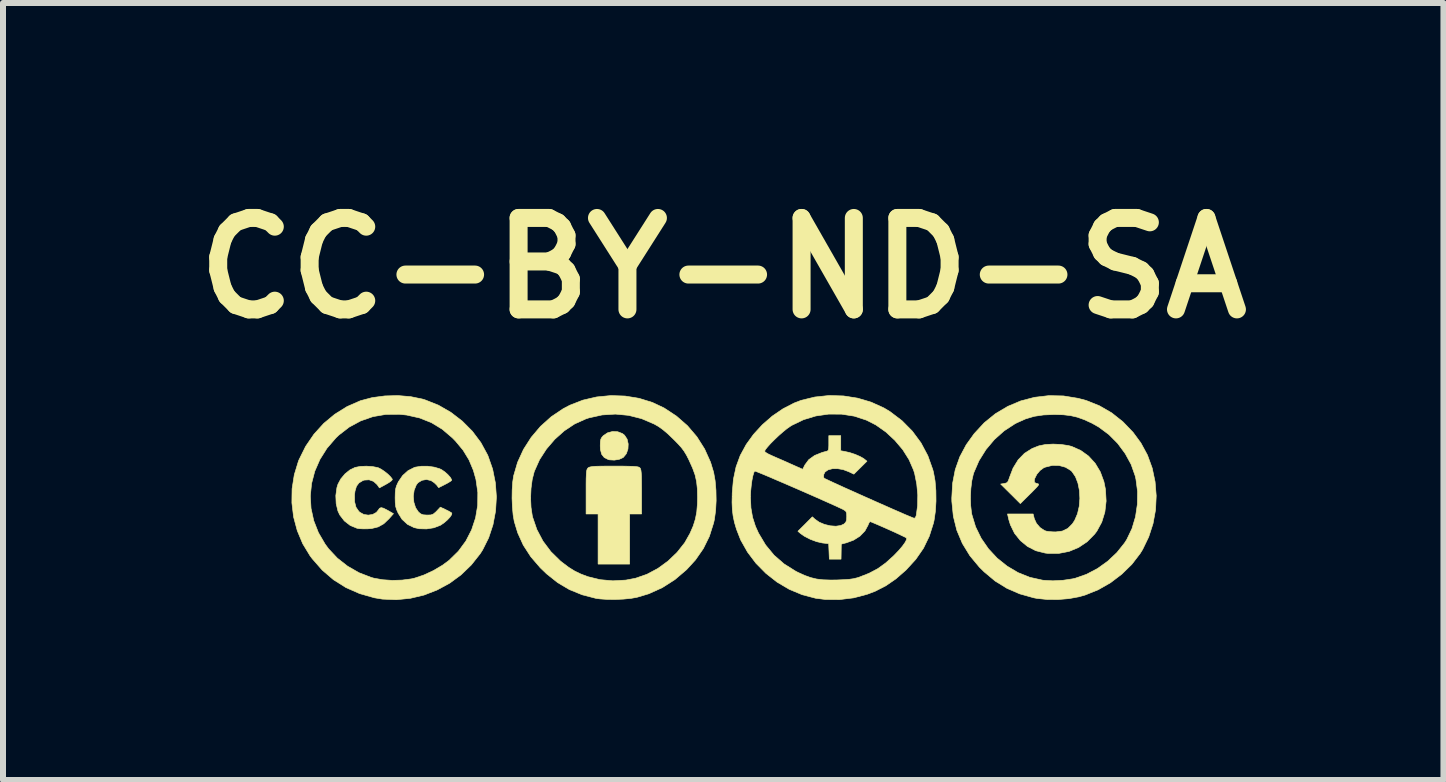
<source format=kicad_pcb>
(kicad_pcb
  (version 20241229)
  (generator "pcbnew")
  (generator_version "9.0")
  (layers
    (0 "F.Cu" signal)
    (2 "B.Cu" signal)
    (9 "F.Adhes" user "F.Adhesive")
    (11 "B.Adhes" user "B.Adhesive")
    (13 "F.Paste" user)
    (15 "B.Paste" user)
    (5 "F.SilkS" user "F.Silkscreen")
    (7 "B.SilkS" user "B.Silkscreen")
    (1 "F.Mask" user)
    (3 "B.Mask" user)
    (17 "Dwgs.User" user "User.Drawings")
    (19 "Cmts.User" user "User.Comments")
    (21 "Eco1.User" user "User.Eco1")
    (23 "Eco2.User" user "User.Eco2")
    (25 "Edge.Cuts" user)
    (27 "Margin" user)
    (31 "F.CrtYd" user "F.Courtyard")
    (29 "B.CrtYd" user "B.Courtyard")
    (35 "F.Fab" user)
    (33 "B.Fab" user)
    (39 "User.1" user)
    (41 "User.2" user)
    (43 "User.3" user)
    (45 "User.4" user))
  (footprint "CC-BY-ND-SA"
    (layer "F.Cu")
    (at 9.006 5.228)
    (property "Reference" "CC-BY-ND-SA" (at 0 -3.81 0) (layer "F.SilkS") (effects (font (size 1.524 1.524) (thickness 0.3))))
    (attr through_hole)
    (fp_poly (pts (xy -1.759 -1.081) (xy -1.681 -1.051) (xy -1.645 -1.023) (xy -1.602 -0.957) (xy -1.584 -0.877) (xy -1.588 -0.793) (xy -1.615 -0.715) (xy -1.664 -0.655) (xy -1.669 -0.651) (xy -1.734 -0.621) (xy -1.816 -0.608) (xy -1.898 -0.613) (xy -1.917 -0.618) (xy -1.983 -0.651) (xy -2.026 -0.705) (xy -2.047 -0.783) (xy -2.05 -0.847) (xy -2.048 -0.914) (xy -2.04 -0.958) (xy -2.022 -0.99) (xy -1.998 -1.016) (xy -1.928 -1.063) (xy -1.845 -1.085) (xy -1.759 -1.081)) (stroke (width 0.01) (type solid)) (fill yes) (layer "F.SilkS"))
    (fp_poly (pts (xy -1.685 -0.508) (xy -1.583 -0.506) (xy -1.507 -0.504) (xy -1.455 -0.5) (xy -1.42 -0.495) (xy -1.399 -0.487) (xy -1.389 -0.479) (xy -1.379 -0.465) (xy -1.372 -0.44) (xy -1.367 -0.399) (xy -1.363 -0.339) (xy -1.362 -0.255) (xy -1.361 -0.14) (xy -1.361 -0.08) (xy -1.361 0.29) (xy -1.56 0.29) (xy -1.56 1.125) (xy -2.086 1.125) (xy -2.086 0.29) (xy -2.286 0.29) (xy -2.286 -0.079) (xy -2.286 -0.205) (xy -2.285 -0.299) (xy -2.282 -0.368) (xy -2.279 -0.415) (xy -2.273 -0.445) (xy -2.264 -0.465) (xy -2.253 -0.478) (xy -2.253 -0.478) (xy -2.238 -0.488) (xy -2.214 -0.495) (xy -2.178 -0.501) (xy -2.124 -0.505) (xy -2.047 -0.507) (xy -1.943 -0.508) (xy -1.819 -0.508) (xy -1.685 -0.508)) (stroke (width 0.01) (type solid)) (fill yes) (layer "F.SilkS"))
    (fp_poly (pts (xy -5.844 -0.5) (xy -5.757 -0.483) (xy -5.749 -0.48) (xy -5.701 -0.456) (xy -5.645 -0.418) (xy -5.59 -0.374) (xy -5.546 -0.33) (xy -5.519 -0.295) (xy -5.516 -0.282) (xy -5.531 -0.264) (xy -5.569 -0.236) (xy -5.623 -0.204) (xy -5.731 -0.145) (xy -5.769 -0.199) (xy -5.829 -0.254) (xy -5.904 -0.28) (xy -5.985 -0.275) (xy -6.009 -0.266) (xy -6.072 -0.228) (xy -6.114 -0.172) (xy -6.138 -0.092) (xy -6.146 -0.03) (xy -6.145 0.086) (xy -6.122 0.177) (xy -6.074 0.247) (xy -6.057 0.262) (xy -5.992 0.298) (xy -5.917 0.309) (xy -5.844 0.298) (xy -5.782 0.264) (xy -5.75 0.225) (xy -5.729 0.195) (xy -5.702 0.184) (xy -5.662 0.194) (xy -5.602 0.225) (xy -5.587 0.233) (xy -5.497 0.285) (xy -5.572 0.37) (xy -5.659 0.453) (xy -5.751 0.505) (xy -5.86 0.532) (xy -5.924 0.537) (xy -5.997 0.538) (xy -6.063 0.535) (xy -6.105 0.528) (xy -6.218 0.481) (xy -6.316 0.405) (xy -6.392 0.306) (xy -6.423 0.24) (xy -6.452 0.118) (xy -6.458 -0.016) (xy -6.44 -0.148) (xy -6.422 -0.207) (xy -6.374 -0.296) (xy -6.304 -0.379) (xy -6.222 -0.445) (xy -6.137 -0.486) (xy -6.137 -0.486) (xy -6.05 -0.503) (xy -5.947 -0.507) (xy -5.844 -0.5)) (stroke (width 0.01) (type solid)) (fill yes) (layer "F.SilkS"))
    (fp_poly (pts (xy -4.925 -0.506) (xy -4.819 -0.491) (xy -4.727 -0.464) (xy -4.694 -0.448) (xy -4.639 -0.41) (xy -4.589 -0.365) (xy -4.55 -0.321) (xy -4.529 -0.285) (xy -4.529 -0.268) (xy -4.549 -0.253) (xy -4.592 -0.227) (xy -4.641 -0.201) (xy -4.744 -0.149) (xy -4.778 -0.194) (xy -4.818 -0.232) (xy -4.869 -0.266) (xy -4.872 -0.267) (xy -4.947 -0.285) (xy -5.023 -0.271) (xy -5.088 -0.231) (xy -5.116 -0.195) (xy -5.152 -0.107) (xy -5.166 -0.007) (xy -5.157 0.094) (xy -5.128 0.186) (xy -5.08 0.257) (xy -5.041 0.289) (xy -5 0.304) (xy -4.94 0.308) (xy -4.934 0.308) (xy -4.874 0.306) (xy -4.834 0.292) (xy -4.796 0.261) (xy -4.777 0.242) (xy -4.715 0.176) (xy -4.624 0.219) (xy -4.572 0.245) (xy -4.535 0.267) (xy -4.524 0.276) (xy -4.528 0.302) (xy -4.554 0.341) (xy -4.597 0.388) (xy -4.65 0.434) (xy -4.706 0.473) (xy -4.719 0.48) (xy -4.824 0.52) (xy -4.945 0.539) (xy -5.067 0.536) (xy -5.153 0.517) (xy -5.263 0.463) (xy -5.354 0.379) (xy -5.418 0.277) (xy -5.444 0.219) (xy -5.46 0.166) (xy -5.467 0.105) (xy -5.469 0.022) (xy -5.469 0.017) (xy -5.467 -0.066) (xy -5.461 -0.126) (xy -5.447 -0.177) (xy -5.422 -0.232) (xy -5.415 -0.247) (xy -5.344 -0.351) (xy -5.254 -0.432) (xy -5.15 -0.485) (xy -5.129 -0.491) (xy -5.033 -0.506) (xy -4.925 -0.506)) (stroke (width 0.01) (type solid)) (fill yes) (layer "F.SilkS"))
    (fp_poly (pts (xy 5.632 -0.869) (xy 5.756 -0.85) (xy 5.809 -0.836) (xy 5.958 -0.77) (xy 6.089 -0.676) (xy 6.2 -0.555) (xy 6.286 -0.412) (xy 6.346 -0.249) (xy 6.372 -0.12) (xy 6.383 0.075) (xy 6.362 0.258) (xy 6.31 0.426) (xy 6.228 0.577) (xy 6.191 0.626) (xy 6.067 0.752) (xy 5.924 0.848) (xy 5.765 0.914) (xy 5.594 0.947) (xy 5.413 0.947) (xy 5.364 0.941) (xy 5.21 0.902) (xy 5.072 0.831) (xy 4.953 0.733) (xy 4.856 0.612) (xy 4.787 0.47) (xy 4.761 0.386) (xy 4.739 0.29) (xy 5.166 0.29) (xy 5.186 0.37) (xy 5.221 0.446) (xy 5.28 0.515) (xy 5.352 0.564) (xy 5.384 0.576) (xy 5.43 0.583) (xy 5.495 0.588) (xy 5.544 0.589) (xy 5.653 0.575) (xy 5.744 0.531) (xy 5.82 0.455) (xy 5.859 0.396) (xy 5.906 0.286) (xy 5.935 0.161) (xy 5.945 0.03) (xy 5.938 -0.101) (xy 5.913 -0.224) (xy 5.872 -0.331) (xy 5.815 -0.415) (xy 5.796 -0.434) (xy 5.706 -0.489) (xy 5.6 -0.518) (xy 5.486 -0.52) (xy 5.373 -0.492) (xy 5.341 -0.479) (xy 5.281 -0.435) (xy 5.228 -0.372) (xy 5.193 -0.302) (xy 5.186 -0.273) (xy 5.188 -0.238) (xy 5.214 -0.222) (xy 5.23 -0.218) (xy 5.25 -0.213) (xy 5.258 -0.205) (xy 5.253 -0.189) (xy 5.23 -0.161) (xy 5.187 -0.116) (xy 5.122 -0.05) (xy 5.117 -0.046) (xy 4.953 0.117) (xy 4.789 -0.046) (xy 4.625 -0.209) (xy 4.685 -0.218) (xy 4.723 -0.228) (xy 4.746 -0.25) (xy 4.765 -0.296) (xy 4.768 -0.308) (xy 4.832 -0.475) (xy 4.917 -0.613) (xy 5.023 -0.722) (xy 5.152 -0.803) (xy 5.263 -0.846) (xy 5.371 -0.868) (xy 5.499 -0.875) (xy 5.632 -0.869)) (stroke (width 0.01) (type solid)) (fill yes) (layer "F.SilkS"))
    (fp_poly (pts (xy -5.21 -1.666) (xy -5.011 -1.625) (xy -4.972 -1.613) (xy -4.748 -1.524) (xy -4.54 -1.404) (xy -4.35 -1.258) (xy -4.182 -1.089) (xy -4.04 -0.9) (xy -3.928 -0.694) (xy -3.921 -0.678) (xy -3.844 -0.458) (xy -3.798 -0.228) (xy -3.781 0.006) (xy -3.795 0.241) (xy -3.838 0.469) (xy -3.91 0.687) (xy -4.011 0.889) (xy -4.052 0.953) (xy -4.2 1.14) (xy -4.371 1.305) (xy -4.562 1.445) (xy -4.77 1.557) (xy -4.989 1.642) (xy -5.217 1.696) (xy -5.449 1.719) (xy -5.682 1.709) (xy -5.815 1.687) (xy -6.061 1.617) (xy -6.289 1.517) (xy -6.497 1.386) (xy -6.685 1.225) (xy -6.852 1.034) (xy -6.888 0.986) (xy -7.01 0.785) (xy -7.101 0.567) (xy -7.162 0.339) (xy -7.19 0.105) (xy -7.189 -0.011) (xy -6.883 -0.011) (xy -6.871 0.197) (xy -6.826 0.402) (xy -6.748 0.601) (xy -6.637 0.791) (xy -6.58 0.869) (xy -6.433 1.026) (xy -6.262 1.16) (xy -6.072 1.269) (xy -5.87 1.347) (xy -5.824 1.36) (xy -5.679 1.386) (xy -5.517 1.397) (xy -5.352 1.392) (xy -5.199 1.372) (xy -5.143 1.359) (xy -4.989 1.307) (xy -4.83 1.233) (xy -4.678 1.143) (xy -4.569 1.062) (xy -4.415 0.911) (xy -4.29 0.741) (xy -4.194 0.554) (xy -4.128 0.354) (xy -4.093 0.145) (xy -4.091 -0.07) (xy -4.122 -0.286) (xy -4.165 -0.438) (xy -4.238 -0.612) (xy -4.336 -0.773) (xy -4.464 -0.927) (xy -4.516 -0.98) (xy -4.684 -1.123) (xy -4.865 -1.233) (xy -5.062 -1.311) (xy -5.275 -1.359) (xy -5.4 -1.372) (xy -5.624 -1.37) (xy -5.839 -1.333) (xy -6.043 -1.262) (xy -6.234 -1.159) (xy -6.409 -1.024) (xy -6.457 -0.978) (xy -6.606 -0.805) (xy -6.723 -0.619) (xy -6.809 -0.422) (xy -6.862 -0.219) (xy -6.883 -0.011) (xy -7.189 -0.011) (xy -7.187 -0.131) (xy -7.15 -0.365) (xy -7.081 -0.591) (xy -7.07 -0.617) (xy -6.961 -0.837) (xy -6.823 -1.039) (xy -6.66 -1.219) (xy -6.475 -1.373) (xy -6.271 -1.5) (xy -6.052 -1.596) (xy -6.044 -1.599) (xy -5.851 -1.65) (xy -5.64 -1.678) (xy -5.423 -1.684) (xy -5.21 -1.666)) (stroke (width 0.01) (type solid)) (fill yes) (layer "F.SilkS"))
    (fp_poly (pts (xy 5.671 -1.678) (xy 5.916 -1.638) (xy 6.051 -1.602) (xy 6.269 -1.515) (xy 6.475 -1.396) (xy 6.663 -1.247) (xy 6.832 -1.071) (xy 6.963 -0.893) (xy 7.072 -0.692) (xy 7.151 -0.475) (xy 7.199 -0.248) (xy 7.218 -0.014) (xy 7.207 0.22) (xy 7.165 0.45) (xy 7.093 0.672) (xy 6.992 0.881) (xy 6.95 0.949) (xy 6.811 1.13) (xy 6.644 1.293) (xy 6.456 1.436) (xy 6.251 1.553) (xy 6.036 1.64) (xy 5.931 1.67) (xy 5.763 1.701) (xy 5.582 1.716) (xy 5.4 1.715) (xy 5.232 1.698) (xy 5.175 1.687) (xy 4.941 1.621) (xy 4.729 1.529) (xy 4.533 1.408) (xy 4.349 1.254) (xy 4.27 1.176) (xy 4.112 0.986) (xy 3.986 0.78) (xy 3.894 0.561) (xy 3.836 0.328) (xy 3.811 0.081) (xy 3.81 0.022) (xy 3.811 0.008) (xy 4.121 0.008) (xy 4.125 0.147) (xy 4.139 0.271) (xy 4.145 0.301) (xy 4.207 0.505) (xy 4.3 0.695) (xy 4.421 0.87) (xy 4.566 1.026) (xy 4.732 1.159) (xy 4.914 1.267) (xy 5.111 1.346) (xy 5.317 1.392) (xy 5.337 1.395) (xy 5.495 1.404) (xy 5.665 1.395) (xy 5.826 1.371) (xy 5.869 1.361) (xy 6.057 1.295) (xy 6.24 1.199) (xy 6.41 1.077) (xy 6.562 0.934) (xy 6.689 0.775) (xy 6.728 0.714) (xy 6.814 0.534) (xy 6.873 0.336) (xy 6.904 0.127) (xy 6.907 -0.084) (xy 6.88 -0.29) (xy 6.867 -0.346) (xy 6.8 -0.536) (xy 6.701 -0.717) (xy 6.576 -0.886) (xy 6.428 -1.035) (xy 6.262 -1.158) (xy 6.148 -1.223) (xy 6.017 -1.283) (xy 5.902 -1.324) (xy 5.79 -1.35) (xy 5.669 -1.364) (xy 5.524 -1.368) (xy 5.515 -1.368) (xy 5.339 -1.361) (xy 5.184 -1.338) (xy 5.04 -1.295) (xy 4.895 -1.23) (xy 4.862 -1.213) (xy 4.683 -1.096) (xy 4.52 -0.951) (xy 4.379 -0.783) (xy 4.263 -0.597) (xy 4.177 -0.398) (xy 4.169 -0.373) (xy 4.144 -0.265) (xy 4.128 -0.133) (xy 4.121 0.008) (xy 3.811 0.008) (xy 3.824 -0.222) (xy 3.868 -0.449) (xy 3.943 -0.661) (xy 4.051 -0.864) (xy 4.183 -1.048) (xy 4.35 -1.229) (xy 4.537 -1.381) (xy 4.742 -1.503) (xy 4.96 -1.595) (xy 5.19 -1.655) (xy 5.428 -1.683) (xy 5.671 -1.678)) (stroke (width 0.01) (type solid)) (fill yes) (layer "F.SilkS"))
    (fp_poly (pts (xy -1.636 -1.676) (xy -1.403 -1.638) (xy -1.18 -1.569) (xy -0.987 -1.478) (xy -0.78 -1.342) (xy -0.596 -1.181) (xy -0.439 -0.997) (xy -0.31 -0.793) (xy -0.211 -0.573) (xy -0.16 -0.405) (xy -0.135 -0.264) (xy -0.121 -0.102) (xy -0.118 0.068) (xy -0.127 0.235) (xy -0.148 0.385) (xy -0.16 0.439) (xy -0.231 0.663) (xy -0.331 0.866) (xy -0.462 1.055) (xy -0.611 1.218) (xy -0.806 1.384) (xy -1.016 1.518) (xy -1.241 1.62) (xy -1.438 1.679) (xy -1.539 1.697) (xy -1.663 1.709) (xy -1.798 1.715) (xy -1.931 1.714) (xy -2.051 1.706) (xy -2.12 1.697) (xy -2.351 1.637) (xy -2.563 1.551) (xy -2.759 1.435) (xy -2.945 1.287) (xy -3.05 1.186) (xy -3.208 1.002) (xy -3.333 0.809) (xy -3.426 0.604) (xy -3.483 0.416) (xy -3.502 0.307) (xy -3.514 0.174) (xy -3.52 0.03) (xy -3.52 0.023) (xy -3.211 0.023) (xy -3.204 0.179) (xy -3.183 0.319) (xy -3.177 0.344) (xy -3.107 0.549) (xy -3.005 0.742) (xy -2.873 0.918) (xy -2.716 1.072) (xy -2.689 1.094) (xy -2.578 1.178) (xy -2.477 1.241) (xy -2.373 1.291) (xy -2.257 1.335) (xy -2.053 1.385) (xy -1.839 1.404) (xy -1.623 1.392) (xy -1.461 1.361) (xy -1.271 1.295) (xy -1.089 1.198) (xy -0.919 1.074) (xy -0.768 0.929) (xy -0.641 0.768) (xy -0.554 0.614) (xy -0.5 0.49) (xy -0.464 0.375) (xy -0.441 0.256) (xy -0.43 0.122) (xy -0.428 0.018) (xy -0.431 -0.127) (xy -0.444 -0.249) (xy -0.469 -0.361) (xy -0.51 -0.474) (xy -0.568 -0.603) (xy -0.574 -0.616) (xy -0.614 -0.694) (xy -0.653 -0.758) (xy -0.698 -0.818) (xy -0.757 -0.883) (xy -0.833 -0.96) (xy -0.927 -1.05) (xy -1.008 -1.118) (xy -1.085 -1.172) (xy -1.152 -1.21) (xy -1.36 -1.299) (xy -1.577 -1.354) (xy -1.797 -1.375) (xy -2.019 -1.361) (xy -2.236 -1.313) (xy -2.293 -1.294) (xy -2.477 -1.211) (xy -2.65 -1.096) (xy -2.808 -0.955) (xy -2.947 -0.793) (xy -3.062 -0.615) (xy -3.147 -0.425) (xy -3.151 -0.414) (xy -3.184 -0.286) (xy -3.204 -0.136) (xy -3.211 0.023) (xy -3.52 0.023) (xy -3.518 -0.114) (xy -3.509 -0.245) (xy -3.494 -0.345) (xy -3.428 -0.571) (xy -3.329 -0.787) (xy -3.201 -0.987) (xy -3.046 -1.17) (xy -2.868 -1.33) (xy -2.669 -1.464) (xy -2.557 -1.523) (xy -2.339 -1.608) (xy -2.11 -1.661) (xy -1.874 -1.684) (xy -1.636 -1.676)) (stroke (width 0.01) (type solid)) (fill yes) (layer "F.SilkS"))
    (fp_poly (pts (xy 2.004 -1.678) (xy 2.24 -1.641) (xy 2.466 -1.574) (xy 2.678 -1.478) (xy 2.781 -1.416) (xy 2.98 -1.265) (xy 3.152 -1.091) (xy 3.297 -0.895) (xy 3.411 -0.681) (xy 3.493 -0.451) (xy 3.505 -0.406) (xy 3.531 -0.263) (xy 3.545 -0.098) (xy 3.547 0.075) (xy 3.537 0.243) (xy 3.515 0.395) (xy 3.505 0.441) (xy 3.435 0.661) (xy 3.338 0.861) (xy 3.21 1.046) (xy 3.05 1.221) (xy 3.045 1.226) (xy 2.879 1.371) (xy 2.712 1.486) (xy 2.535 1.577) (xy 2.404 1.627) (xy 2.175 1.688) (xy 1.938 1.717) (xy 1.702 1.715) (xy 1.542 1.695) (xy 1.317 1.636) (xy 1.101 1.546) (xy 0.898 1.426) (xy 0.712 1.28) (xy 0.546 1.112) (xy 0.405 0.925) (xy 0.291 0.723) (xy 0.221 0.544) (xy 0.187 0.429) (xy 0.165 0.323) (xy 0.152 0.216) (xy 0.147 0.095) (xy 0.149 0.013) (xy 0.454 0.013) (xy 0.462 0.189) (xy 0.489 0.345) (xy 0.537 0.495) (xy 0.588 0.608) (xy 0.706 0.806) (xy 0.848 0.978) (xy 1.015 1.123) (xy 1.208 1.244) (xy 1.245 1.263) (xy 1.357 1.314) (xy 1.457 1.35) (xy 1.555 1.374) (xy 1.662 1.387) (xy 1.788 1.391) (xy 1.896 1.39) (xy 2.012 1.385) (xy 2.1 1.379) (xy 2.171 1.369) (xy 2.232 1.354) (xy 2.267 1.343) (xy 2.432 1.278) (xy 2.576 1.202) (xy 2.709 1.106) (xy 2.843 0.985) (xy 2.846 0.982) (xy 2.924 0.901) (xy 2.987 0.827) (xy 3.032 0.764) (xy 3.056 0.717) (xy 3.056 0.69) (xy 3.055 0.69) (xy 3.035 0.678) (xy 2.987 0.655) (xy 2.92 0.623) (xy 2.84 0.586) (xy 2.753 0.547) (xy 2.665 0.508) (xy 2.585 0.473) (xy 2.517 0.444) (xy 2.469 0.424) (xy 2.447 0.417) (xy 2.433 0.433) (xy 2.416 0.47) (xy 2.415 0.475) (xy 2.362 0.573) (xy 2.279 0.659) (xy 2.173 0.726) (xy 2.054 0.77) (xy 1.968 0.792) (xy 1.966 0.917) (xy 1.964 1.043) (xy 1.769 1.043) (xy 1.758 0.785) (xy 1.652 0.773) (xy 1.557 0.751) (xy 1.452 0.712) (xy 1.353 0.661) (xy 1.289 0.616) (xy 1.245 0.578) (xy 1.366 0.458) (xy 1.486 0.337) (xy 1.528 0.376) (xy 1.6 0.427) (xy 1.688 0.464) (xy 1.784 0.487) (xy 1.878 0.494) (xy 1.959 0.482) (xy 2.012 0.458) (xy 2.042 0.429) (xy 2.056 0.393) (xy 2.059 0.335) (xy 2.059 0.334) (xy 2.057 0.279) (xy 2.046 0.248) (xy 2.019 0.226) (xy 1.996 0.213) (xy 1.945 0.189) (xy 1.87 0.154) (xy 1.774 0.111) (xy 1.662 0.061) (xy 1.538 0.006) (xy 1.406 -0.052) (xy 1.269 -0.112) (xy 1.133 -0.171) (xy 1.001 -0.228) (xy 0.877 -0.281) (xy 0.766 -0.329) (xy 0.671 -0.369) (xy 0.597 -0.399) (xy 0.547 -0.419) (xy 0.525 -0.426) (xy 0.525 -0.426) (xy 0.51 -0.4) (xy 0.494 -0.345) (xy 0.479 -0.271) (xy 0.467 -0.183) (xy 0.458 -0.092) (xy 0.454 -0.003) (xy 0.454 0.013) (xy 0.149 0.013) (xy 0.15 -0.049) (xy 0.15 -0.059) (xy 0.17 -0.288) (xy 0.214 -0.495) (xy 0.284 -0.686) (xy 0.322 -0.755) (xy 0.69 -0.755) (xy 0.705 -0.738) (xy 0.746 -0.713) (xy 0.803 -0.686) (xy 0.803 -0.686) (xy 0.866 -0.658) (xy 0.951 -0.621) (xy 1.045 -0.58) (xy 1.12 -0.546) (xy 1.325 -0.455) (xy 1.361 -0.527) (xy 1.426 -0.615) (xy 1.523 -0.685) (xy 1.65 -0.736) (xy 1.71 -0.752) (xy 1.736 -0.759) (xy 1.751 -0.773) (xy 1.758 -0.802) (xy 1.76 -0.855) (xy 1.76 -0.889) (xy 1.76 -1.016) (xy 1.959 -1.016) (xy 1.959 -0.764) (xy 2.027 -0.752) (xy 2.11 -0.733) (xy 2.198 -0.704) (xy 2.279 -0.669) (xy 2.34 -0.635) (xy 2.346 -0.63) (xy 2.396 -0.59) (xy 2.178 -0.374) (xy 2.092 -0.415) (xy 1.999 -0.45) (xy 1.906 -0.466) (xy 1.821 -0.465) (xy 1.749 -0.446) (xy 1.698 -0.411) (xy 1.677 -0.372) (xy 1.673 -0.331) (xy 1.68 -0.308) (xy 1.7 -0.297) (xy 1.749 -0.274) (xy 1.823 -0.239) (xy 1.918 -0.196) (xy 2.029 -0.145) (xy 2.153 -0.09) (xy 2.286 -0.03) (xy 2.423 0.031) (xy 2.56 0.092) (xy 2.694 0.151) (xy 2.82 0.207) (xy 2.933 0.256) (xy 3.031 0.299) (xy 3.108 0.331) (xy 3.161 0.353) (xy 3.186 0.362) (xy 3.186 0.362) (xy 3.205 0.347) (xy 3.218 0.313) (xy 3.24 0.151) (xy 3.243 -0.028) (xy 3.226 -0.209) (xy 3.192 -0.38) (xy 3.173 -0.442) (xy 3.098 -0.615) (xy 2.993 -0.782) (xy 2.861 -0.938) (xy 2.711 -1.077) (xy 2.545 -1.194) (xy 2.386 -1.275) (xy 2.184 -1.341) (xy 1.973 -1.374) (xy 1.758 -1.375) (xy 1.544 -1.344) (xy 1.339 -1.282) (xy 1.146 -1.189) (xy 1.117 -1.171) (xy 1.061 -1.132) (xy 0.995 -1.078) (xy 0.924 -1.016) (xy 0.854 -0.949) (xy 0.79 -0.885) (xy 0.738 -0.827) (xy 0.702 -0.782) (xy 0.69 -0.755) (xy 0.322 -0.755) (xy 0.383 -0.868) (xy 0.505 -1.037) (xy 0.652 -1.197) (xy 0.818 -1.342) (xy 0.997 -1.464) (xy 1.181 -1.559) (xy 1.298 -1.604) (xy 1.528 -1.66) (xy 1.765 -1.685) (xy 2.004 -1.678)) (stroke (width 0.01) (type solid)) (fill yes) (layer "F.SilkS")))
  (gr_rect
    (start -3 -3)
    (end 21.012 9.952)
    (stroke (width 0.1) (type default))
    (fill no)
    (layer "Edge.Cuts")))
</source>
